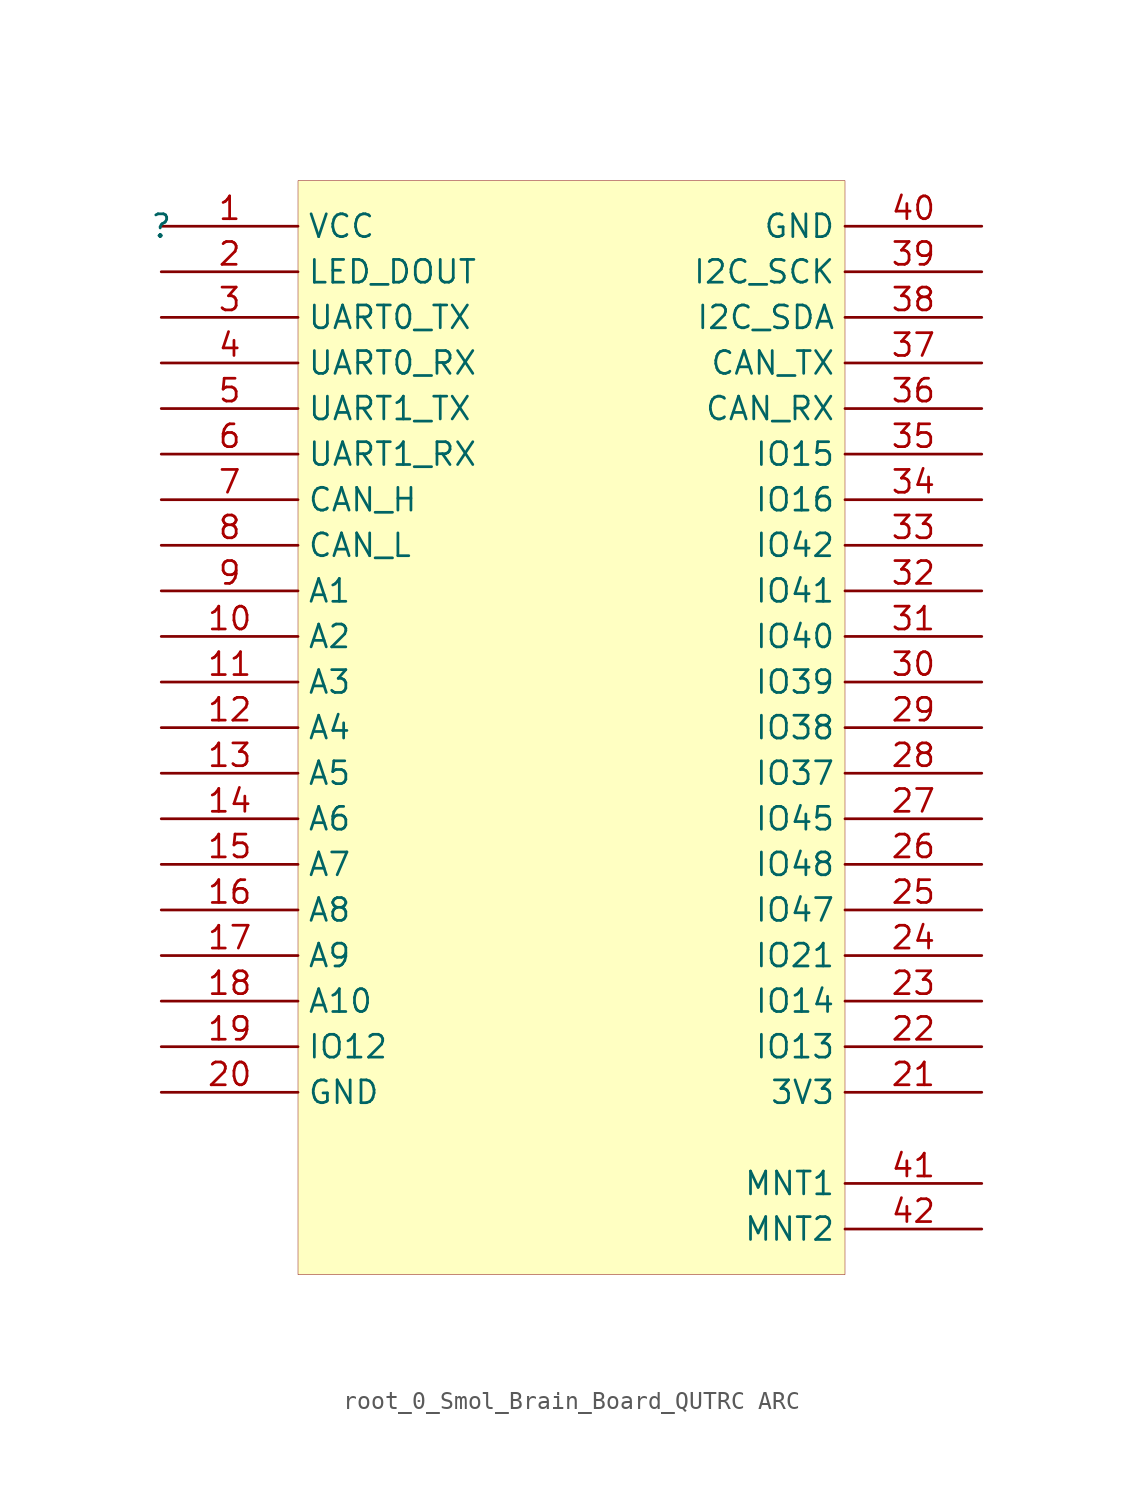
<source format=kicad_sym>
(kicad_symbol_lib
  (version 20241209)
  (generator "kicad_symbol_editor")
  (generator_version "9.99")
  (symbol "root_0_Smol_Brain_Board_QUTRC ARC"
    (property "Reference" ""
      (at 0 0 0)
      (effects (font (size 1.27 1.27))))
    (property "Value" ""
      (at 0 0 0)
      (effects (font (size 1.27 1.27))))
    (symbol "root_0_Smol_Brain_Board_QUTRC ARC_1_0"
      (rectangle (start 38.1 2.54) (end 7.62 -58.42) (stroke (width 0.025) (type solid) (color 128 0 0 1)) (fill (type background)))
      (pin power_in line (at 0 0 0) (length 7.62) (name "VCC" (effects (font (size 1.27 1.27)))) (number "1" (effects (font (size 1.27 1.27)))))
      (pin bidirectional line (at 0 -2.54 0) (length 7.62) (name "LED_DOUT" (effects (font (size 1.27 1.27)))) (number "2" (effects (font (size 1.27 1.27)))))
      (pin bidirectional line (at 0 -5.08 0) (length 7.62) (name "UART0_TX" (effects (font (size 1.27 1.27)))) (number "3" (effects (font (size 1.27 1.27)))))
      (pin bidirectional line (at 0 -7.62 0) (length 7.62) (name "UART0_RX" (effects (font (size 1.27 1.27)))) (number "4" (effects (font (size 1.27 1.27)))))
      (pin bidirectional line (at 0 -10.16 0) (length 7.62) (name "UART1_TX" (effects (font (size 1.27 1.27)))) (number "5" (effects (font (size 1.27 1.27)))))
      (pin bidirectional line (at 0 -12.7 0) (length 7.62) (name "UART1_RX" (effects (font (size 1.27 1.27)))) (number "6" (effects (font (size 1.27 1.27)))))
      (pin bidirectional line (at 0 -15.24 0) (length 7.62) (name "CAN_H" (effects (font (size 1.27 1.27)))) (number "7" (effects (font (size 1.27 1.27)))))
      (pin bidirectional line (at 0 -17.78 0) (length 7.62) (name "CAN_L" (effects (font (size 1.27 1.27)))) (number "8" (effects (font (size 1.27 1.27)))))
      (pin bidirectional line (at 0 -20.32 0) (length 7.62) (name "A1" (effects (font (size 1.27 1.27)))) (number "9" (effects (font (size 1.27 1.27)))))
      (pin bidirectional line (at 0 -22.86 0) (length 7.62) (name "A2" (effects (font (size 1.27 1.27)))) (number "10" (effects (font (size 1.27 1.27)))))
      (pin bidirectional line (at 0 -25.4 0) (length 7.62) (name "A3" (effects (font (size 1.27 1.27)))) (number "11" (effects (font (size 1.27 1.27)))))
      (pin bidirectional line (at 0 -27.94 0) (length 7.62) (name "A4" (effects (font (size 1.27 1.27)))) (number "12" (effects (font (size 1.27 1.27)))))
      (pin bidirectional line (at 0 -30.48 0) (length 7.62) (name "A5" (effects (font (size 1.27 1.27)))) (number "13" (effects (font (size 1.27 1.27)))))
      (pin bidirectional line (at 0 -33.02 0) (length 7.62) (name "A6" (effects (font (size 1.27 1.27)))) (number "14" (effects (font (size 1.27 1.27)))))
      (pin bidirectional line (at 0 -35.56 0) (length 7.62) (name "A7" (effects (font (size 1.27 1.27)))) (number "15" (effects (font (size 1.27 1.27)))))
      (pin bidirectional line (at 0 -38.1 0) (length 7.62) (name "A8" (effects (font (size 1.27 1.27)))) (number "16" (effects (font (size 1.27 1.27)))))
      (pin bidirectional line (at 0 -40.64 0) (length 7.62) (name "A9" (effects (font (size 1.27 1.27)))) (number "17" (effects (font (size 1.27 1.27)))))
      (pin bidirectional line (at 0 -43.18 0) (length 7.62) (name "A10" (effects (font (size 1.27 1.27)))) (number "18" (effects (font (size 1.27 1.27)))))
      (pin bidirectional line (at 0 -45.72 0) (length 7.62) (name "IO12" (effects (font (size 1.27 1.27)))) (number "19" (effects (font (size 1.27 1.27)))))
      (pin power_in line (at 0 -48.26 0) (length 7.62) (name "GND" (effects (font (size 1.27 1.27)))) (number "20" (effects (font (size 1.27 1.27)))))
      (pin power_in line (at 45.72 0 180) (length 7.62) (name "GND" (effects (font (size 1.27 1.27)))) (number "40" (effects (font (size 1.27 1.27)))))
      (pin bidirectional line (at 45.72 -2.54 180) (length 7.62) (name "I2C_SCK" (effects (font (size 1.27 1.27)))) (number "39" (effects (font (size 1.27 1.27)))))
      (pin bidirectional line (at 45.72 -5.08 180) (length 7.62) (name "I2C_SDA" (effects (font (size 1.27 1.27)))) (number "38" (effects (font (size 1.27 1.27)))))
      (pin bidirectional line (at 45.72 -7.62 180) (length 7.62) (name "CAN_TX" (effects (font (size 1.27 1.27)))) (number "37" (effects (font (size 1.27 1.27)))))
      (pin bidirectional line (at 45.72 -10.16 180) (length 7.62) (name "CAN_RX" (effects (font (size 1.27 1.27)))) (number "36" (effects (font (size 1.27 1.27)))))
      (pin bidirectional line (at 45.72 -12.7 180) (length 7.62) (name "IO15" (effects (font (size 1.27 1.27)))) (number "35" (effects (font (size 1.27 1.27)))))
      (pin bidirectional line (at 45.72 -15.24 180) (length 7.62) (name "IO16" (effects (font (size 1.27 1.27)))) (number "34" (effects (font (size 1.27 1.27)))))
      (pin bidirectional line (at 45.72 -17.78 180) (length 7.62) (name "IO42" (effects (font (size 1.27 1.27)))) (number "33" (effects (font (size 1.27 1.27)))))
      (pin bidirectional line (at 45.72 -20.32 180) (length 7.62) (name "IO41" (effects (font (size 1.27 1.27)))) (number "32" (effects (font (size 1.27 1.27)))))
      (pin bidirectional line (at 45.72 -22.86 180) (length 7.62) (name "IO40" (effects (font (size 1.27 1.27)))) (number "31" (effects (font (size 1.27 1.27)))))
      (pin bidirectional line (at 45.72 -25.4 180) (length 7.62) (name "IO39" (effects (font (size 1.27 1.27)))) (number "30" (effects (font (size 1.27 1.27)))))
      (pin bidirectional line (at 45.72 -27.94 180) (length 7.62) (name "IO38" (effects (font (size 1.27 1.27)))) (number "29" (effects (font (size 1.27 1.27)))))
      (pin bidirectional line (at 45.72 -30.48 180) (length 7.62) (name "IO37" (effects (font (size 1.27 1.27)))) (number "28" (effects (font (size 1.27 1.27)))))
      (pin bidirectional line (at 45.72 -33.02 180) (length 7.62) (name "IO45" (effects (font (size 1.27 1.27)))) (number "27" (effects (font (size 1.27 1.27)))))
      (pin bidirectional line (at 45.72 -35.56 180) (length 7.62) (name "IO48" (effects (font (size 1.27 1.27)))) (number "26" (effects (font (size 1.27 1.27)))))
      (pin bidirectional line (at 45.72 -38.1 180) (length 7.62) (name "IO47" (effects (font (size 1.27 1.27)))) (number "25" (effects (font (size 1.27 1.27)))))
      (pin bidirectional line (at 45.72 -40.64 180) (length 7.62) (name "IO21" (effects (font (size 1.27 1.27)))) (number "24" (effects (font (size 1.27 1.27)))))
      (pin bidirectional line (at 45.72 -43.18 180) (length 7.62) (name "IO14" (effects (font (size 1.27 1.27)))) (number "23" (effects (font (size 1.27 1.27)))))
      (pin bidirectional line (at 45.72 -45.72 180) (length 7.62) (name "IO13" (effects (font (size 1.27 1.27)))) (number "22" (effects (font (size 1.27 1.27)))))
      (pin power_in line (at 45.72 -48.26 180) (length 7.62) (name "3V3" (effects (font (size 1.27 1.27)))) (number "21" (effects (font (size 1.27 1.27)))))
      (pin power_in line (at 45.72 -53.34 180) (length 7.62) (name "MNT1" (effects (font (size 1.27 1.27)))) (number "41" (effects (font (size 1.27 1.27)))))
      (pin power_in line (at 45.72 -55.88 180) (length 7.62) (name "MNT2" (effects (font (size 1.27 1.27)))) (number "42" (effects (font (size 1.27 1.27))))))))
</source>
